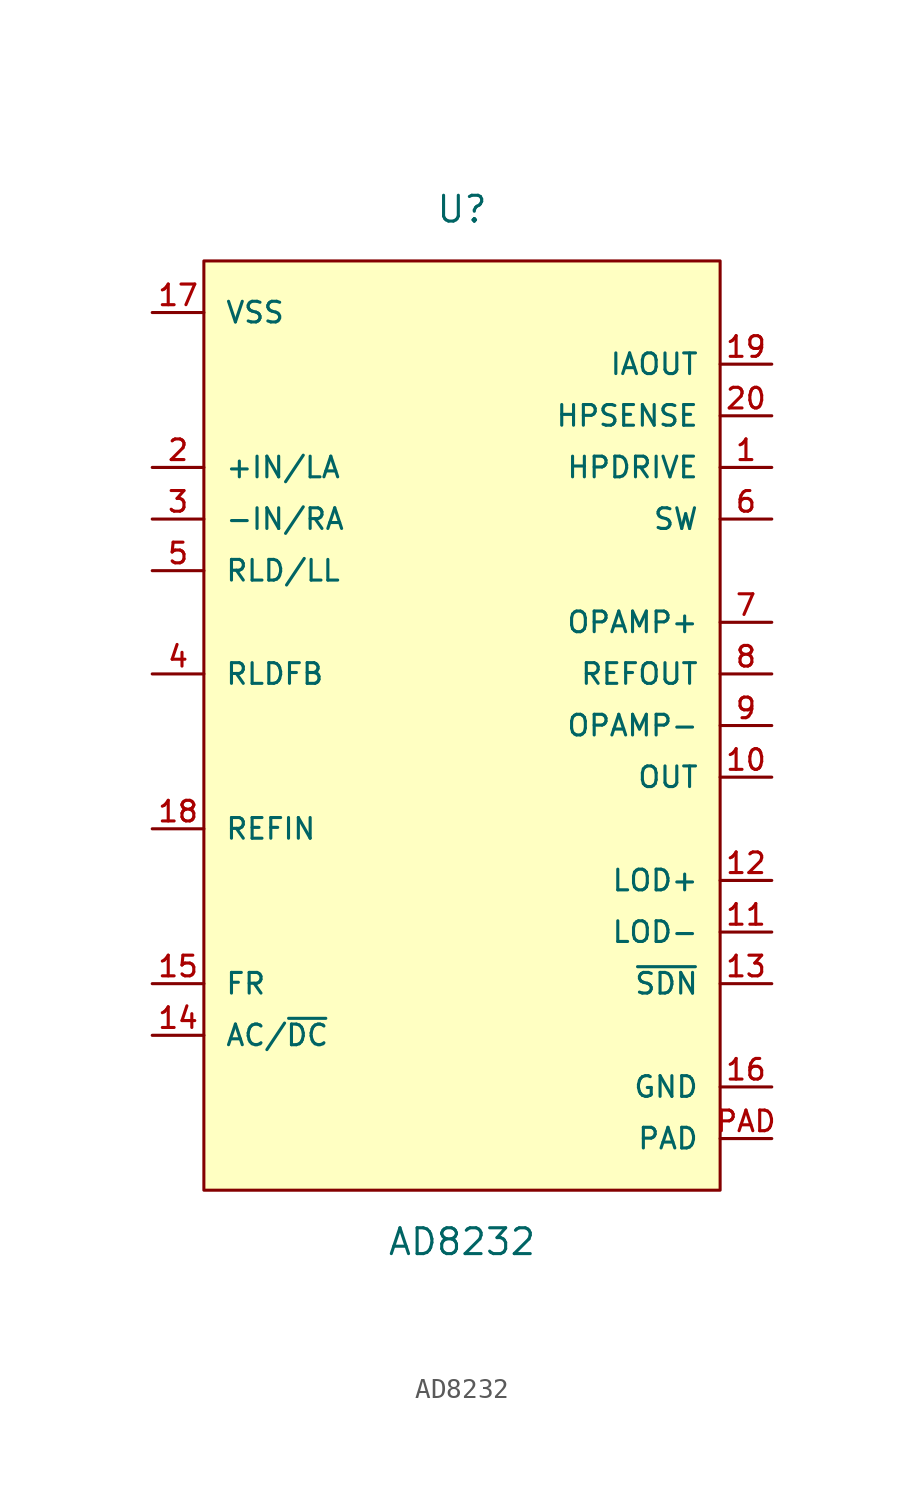
<source format=kicad_sym>
(kicad_symbol_lib
  (version 20211014)
  (generator kicad_symbol_editor)
  (symbol "AD8232"
    (pin_names
      (offset 1.016))
    (property "Reference" "U"
      (at 0.0 25.4 0)
      (effects (font (size 1.27 1.27))))
    (property "Value" "AD8232"
      (at 0.0 -25.4 0)
      (effects (font (size 1.27 1.27))))
    (symbol "AD8232_0_0"
      (rectangle (start -12.7 -22.86) (end 12.7 22.86) (stroke (width 0.15)) (fill (type background)))
      (pin output line (at 15.24 12.7 180.0) (length 2.54) (name "HPDRIVE" (effects (font (size 1.016 1.016)))) (number "1" (effects (font (size 1.016 1.016)))))
      (pin input line (at -15.24 12.7 0) (length 2.54) (name "+IN/LA" (effects (font (size 1.016 1.016)))) (number "2" (effects (font (size 1.016 1.016)))))
      (pin input line (at -15.24 10.16 0) (length 2.54) (name "-IN/RA" (effects (font (size 1.016 1.016)))) (number "3" (effects (font (size 1.016 1.016)))))
      (pin input line (at -15.24 2.54 0) (length 2.54) (name "RLDFB" (effects (font (size 1.016 1.016)))) (number "4" (effects (font (size 1.016 1.016)))))
      (pin output line (at -15.24 7.62 0) (length 2.54) (name "RLD/LL" (effects (font (size 1.016 1.016)))) (number "5" (effects (font (size 1.016 1.016)))))
      (pin input line (at 15.24 10.16 180.0) (length 2.54) (name "SW" (effects (font (size 1.016 1.016)))) (number "6" (effects (font (size 1.016 1.016)))))
      (pin input line (at 15.24 5.08 180.0) (length 2.54) (name "OPAMP+" (effects (font (size 1.016 1.016)))) (number "7" (effects (font (size 1.016 1.016)))))
      (pin input line (at 15.24 0.0 180.0) (length 2.54) (name "OPAMP-" (effects (font (size 1.016 1.016)))) (number "9" (effects (font (size 1.016 1.016)))))
      (pin output line (at 15.24 2.54 180.0) (length 2.54) (name "REFOUT" (effects (font (size 1.016 1.016)))) (number "8" (effects (font (size 1.016 1.016)))))
      (pin output line (at 15.24 -2.54 180.0) (length 2.54) (name "OUT" (effects (font (size 1.016 1.016)))) (number "10" (effects (font (size 1.016 1.016)))))
      (pin output line (at 15.24 -10.16 180.0) (length 2.54) (name "LOD-" (effects (font (size 1.016 1.016)))) (number "11" (effects (font (size 1.016 1.016)))))
      (pin output line (at 15.24 -7.62 180.0) (length 2.54) (name "LOD+" (effects (font (size 1.016 1.016)))) (number "12" (effects (font (size 1.016 1.016)))))
      (pin input line (at 15.24 -12.7 180.0) (length 2.54) (name "~{SDN}" (effects (font (size 1.016 1.016)))) (number "13" (effects (font (size 1.016 1.016)))))
      (pin input line (at -15.24 -15.24 0) (length 2.54) (name "AC/~{DC}" (effects (font (size 1.016 1.016)))) (number "14" (effects (font (size 1.016 1.016)))))
      (pin input line (at -15.24 -12.7 0) (length 2.54) (name "FR" (effects (font (size 1.016 1.016)))) (number "15" (effects (font (size 1.016 1.016)))))
      (pin power_in line (at 15.24 -17.78 180.0) (length 2.54) (name "GND" (effects (font (size 1.016 1.016)))) (number "16" (effects (font (size 1.016 1.016)))))
      (pin power_in line (at -15.24 20.32 0) (length 2.54) (name "VSS" (effects (font (size 1.016 1.016)))) (number "17" (effects (font (size 1.016 1.016)))))
      (pin input line (at -15.24 -5.08 0) (length 2.54) (name "REFIN" (effects (font (size 1.016 1.016)))) (number "18" (effects (font (size 1.016 1.016)))))
      (pin output line (at 15.24 17.78 180.0) (length 2.54) (name "IAOUT" (effects (font (size 1.016 1.016)))) (number "19" (effects (font (size 1.016 1.016)))))
      (pin input line (at 15.24 15.24 180.0) (length 2.54) (name "HPSENSE" (effects (font (size 1.016 1.016)))) (number "20" (effects (font (size 1.016 1.016)))))
      (pin power_in line (at 15.24 -20.32 180.0) (length 2.54) (name "PAD" (effects (font (size 1.016 1.016)))) (number "PAD" (effects (font (size 1.016 1.016))))))))
</source>
